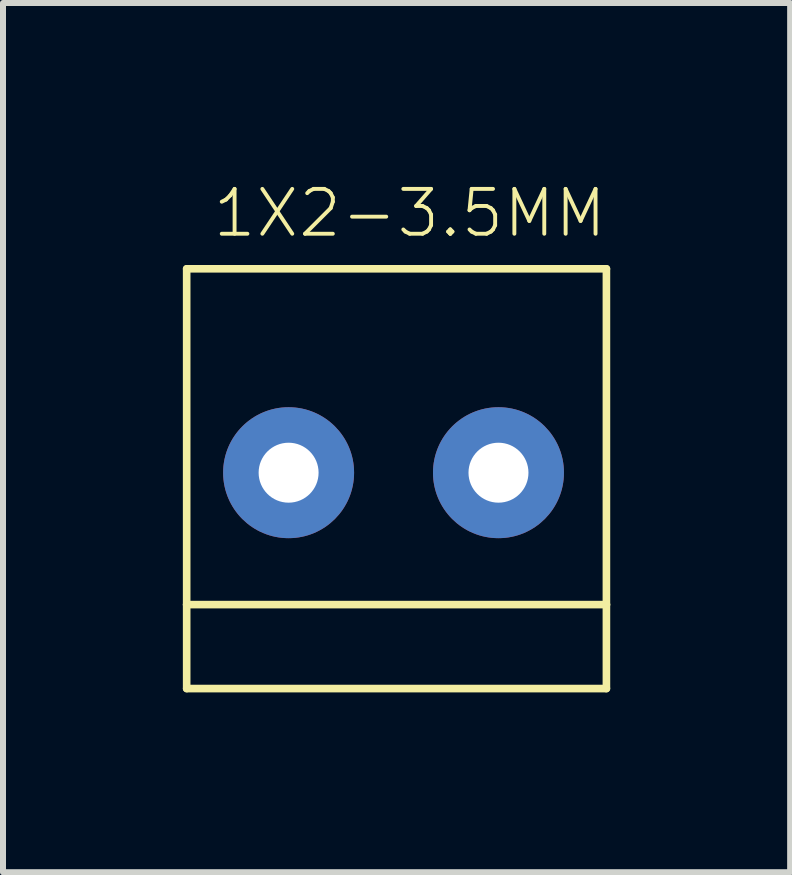
<source format=kicad_pcb>
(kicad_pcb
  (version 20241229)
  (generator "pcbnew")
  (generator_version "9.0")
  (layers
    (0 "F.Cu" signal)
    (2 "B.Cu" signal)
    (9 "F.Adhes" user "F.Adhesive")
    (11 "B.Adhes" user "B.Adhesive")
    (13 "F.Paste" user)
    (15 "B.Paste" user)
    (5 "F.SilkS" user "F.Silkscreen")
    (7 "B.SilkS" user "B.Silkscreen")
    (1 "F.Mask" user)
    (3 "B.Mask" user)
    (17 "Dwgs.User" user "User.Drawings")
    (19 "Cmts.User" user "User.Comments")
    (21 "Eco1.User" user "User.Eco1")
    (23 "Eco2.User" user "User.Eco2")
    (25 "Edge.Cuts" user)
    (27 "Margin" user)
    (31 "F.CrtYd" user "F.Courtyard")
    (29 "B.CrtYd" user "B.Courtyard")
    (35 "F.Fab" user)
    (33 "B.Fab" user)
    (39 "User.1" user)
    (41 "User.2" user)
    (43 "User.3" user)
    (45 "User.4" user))
  (footprint "1X2-3.5MM"
    (layer "F.Cu")
    (at 3.463 4.833)
    (property "Reference" "1X2-3.5MM" (at -3 -3.89 0) (unlocked yes) (layer "F.SilkS") (effects (font (size 0.748 0.748) (thickness 0.065)) (justify left bottom)))
    (fp_line (start -3.4 -3.4) (end -3.4 2.2) (stroke (width 0.127) (type solid)) (layer "F.SilkS"))
    (fp_line (start -3.4 2.2) (end -3.4 3.6) (stroke (width 0.127) (type solid)) (layer "F.SilkS"))
    (fp_line (start -3.4 2.2) (end 3.6 2.2) (stroke (width 0.127) (type solid)) (layer "F.SilkS"))
    (fp_line (start -3.4 3.6) (end 3.6 3.6) (stroke (width 0.127) (type solid)) (layer "F.SilkS"))
    (fp_line (start 3.6 -3.4) (end -3.4 -3.4) (stroke (width 0.127) (type solid)) (layer "F.SilkS"))
    (fp_line (start 3.6 2.2) (end 3.6 -3.4) (stroke (width 0.127) (type solid)) (layer "F.SilkS"))
    (fp_line (start 3.6 3.6) (end 3.6 2.2) (stroke (width 0.127) (type solid)) (layer "F.SilkS"))
    (pad "1" thru_hole circle (at 1.8 0) (size 2.184 2.184) (drill 1) (layers "*.Cu" "*.Mask"))
    (pad "2" thru_hole circle (at -1.7 0) (size 2.184 2.184) (drill 1) (layers "*.Cu" "*.Mask")))
  (gr_rect
    (start -3 -3)
    (end 10.127 11.496)
    (stroke (width 0.1) (type default))
    (fill no)
    (layer "Edge.Cuts")))
</source>
